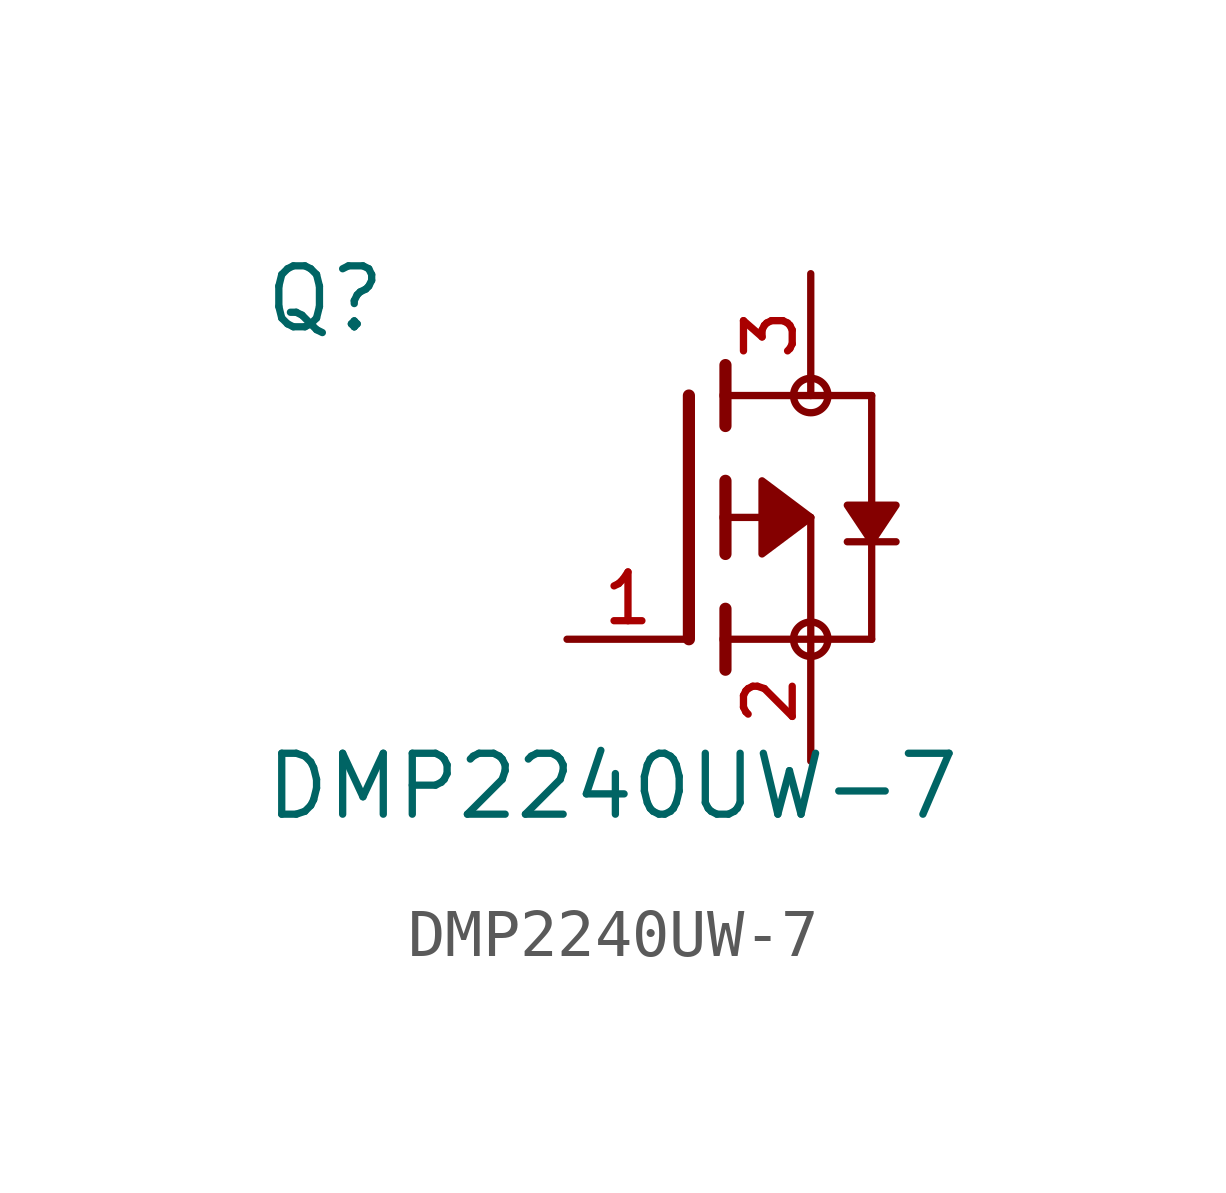
<source format=kicad_sym>
(kicad_symbol_lib
  (version 20211014)
  (generator kicad_symbol_editor)
  (symbol "DMP2240UW-7"
    (pin_names
      (offset 1.016))
    (property "Reference" "Q"
      (at -8.89 3.81 0)
      (effects (font (size 1.27 1.27)) (justify bottom left)))
    (property "Value" "DMP2240UW-7"
      (at -8.89 -6.35 0)
      (effects (font (size 1.27 1.27)) (justify bottom left)))
    (symbol "DMP2240UW-7_0_0"
      (polyline (pts (xy 0.762 -0.762) (xy 0.762 0.0)) (stroke (width 0.254)))
      (polyline (pts (xy 0.762 0.0) (xy 0.762 0.762)) (stroke (width 0.254)))
      (polyline (pts (xy 0.762 -3.175) (xy 0.762 -2.54)) (stroke (width 0.254)))
      (polyline (pts (xy 0.762 -2.54) (xy 0.762 -1.905)) (stroke (width 0.254)))
      (polyline (pts (xy 0.762 0.0) (xy 2.54 0.0)) (stroke (width 0.152)))
      (polyline (pts (xy 0.762 1.905) (xy 0.762 2.54)) (stroke (width 0.254)))
      (polyline (pts (xy 0.762 2.54) (xy 0.762 3.175)) (stroke (width 0.254)))
      (polyline (pts (xy 0.0 -2.54) (xy 0.0 2.54)) (stroke (width 0.254)))
      (polyline (pts (xy 3.81 2.54) (xy 0.762 2.54)) (stroke (width 0.152)))
      (polyline (pts (xy 0.762 -2.54) (xy 3.81 -2.54)) (stroke (width 0.152)))
      (circle (center 2.54 2.54) (radius 0.359) (stroke (width 0.0)) (fill (type none)))
      (circle (center 2.54 -2.54) (radius 0.359) (stroke (width 0.0)) (fill (type none)))
      (polyline (pts (xy 2.54 0.0) (xy 1.524 0.762) (xy 1.524 -0.762) (xy 2.54 0.0)) (stroke (width 0.152)) (fill (type outline)))
      (polyline (pts (xy 2.54 -2.54) (xy 2.54 0.0)) (stroke (width 0.152)))
      (polyline (pts (xy 3.81 2.54) (xy 3.81 -0.508)) (stroke (width 0.152)))
      (polyline (pts (xy 3.81 -0.508) (xy 3.81 -2.54)) (stroke (width 0.152)))
      (polyline (pts (xy 4.318 -0.508) (xy 3.81 -0.508)) (stroke (width 0.152)))
      (polyline (pts (xy 3.81 -0.508) (xy 3.302 -0.508)) (stroke (width 0.152)))
      (polyline (pts (xy 3.81 -0.508) (xy 3.302 0.254) (xy 4.318 0.254) (xy 3.81 -0.508)) (stroke (width 0.152)) (fill (type outline)))
      (pin passive line (at 2.54 -5.08 90.0) (length 2.54) (name "~" (effects (font (size 1.016 1.016)))) (number "2" (effects (font (size 1.016 1.016)))))
      (pin passive line (at 2.54 5.08 270.0) (length 2.54) (name "~" (effects (font (size 1.016 1.016)))) (number "3" (effects (font (size 1.016 1.016)))))
      (pin passive line (at -2.54 -2.54 0) (length 2.54) (name "~" (effects (font (size 1.016 1.016)))) (number "1" (effects (font (size 1.016 1.016))))))))
</source>
